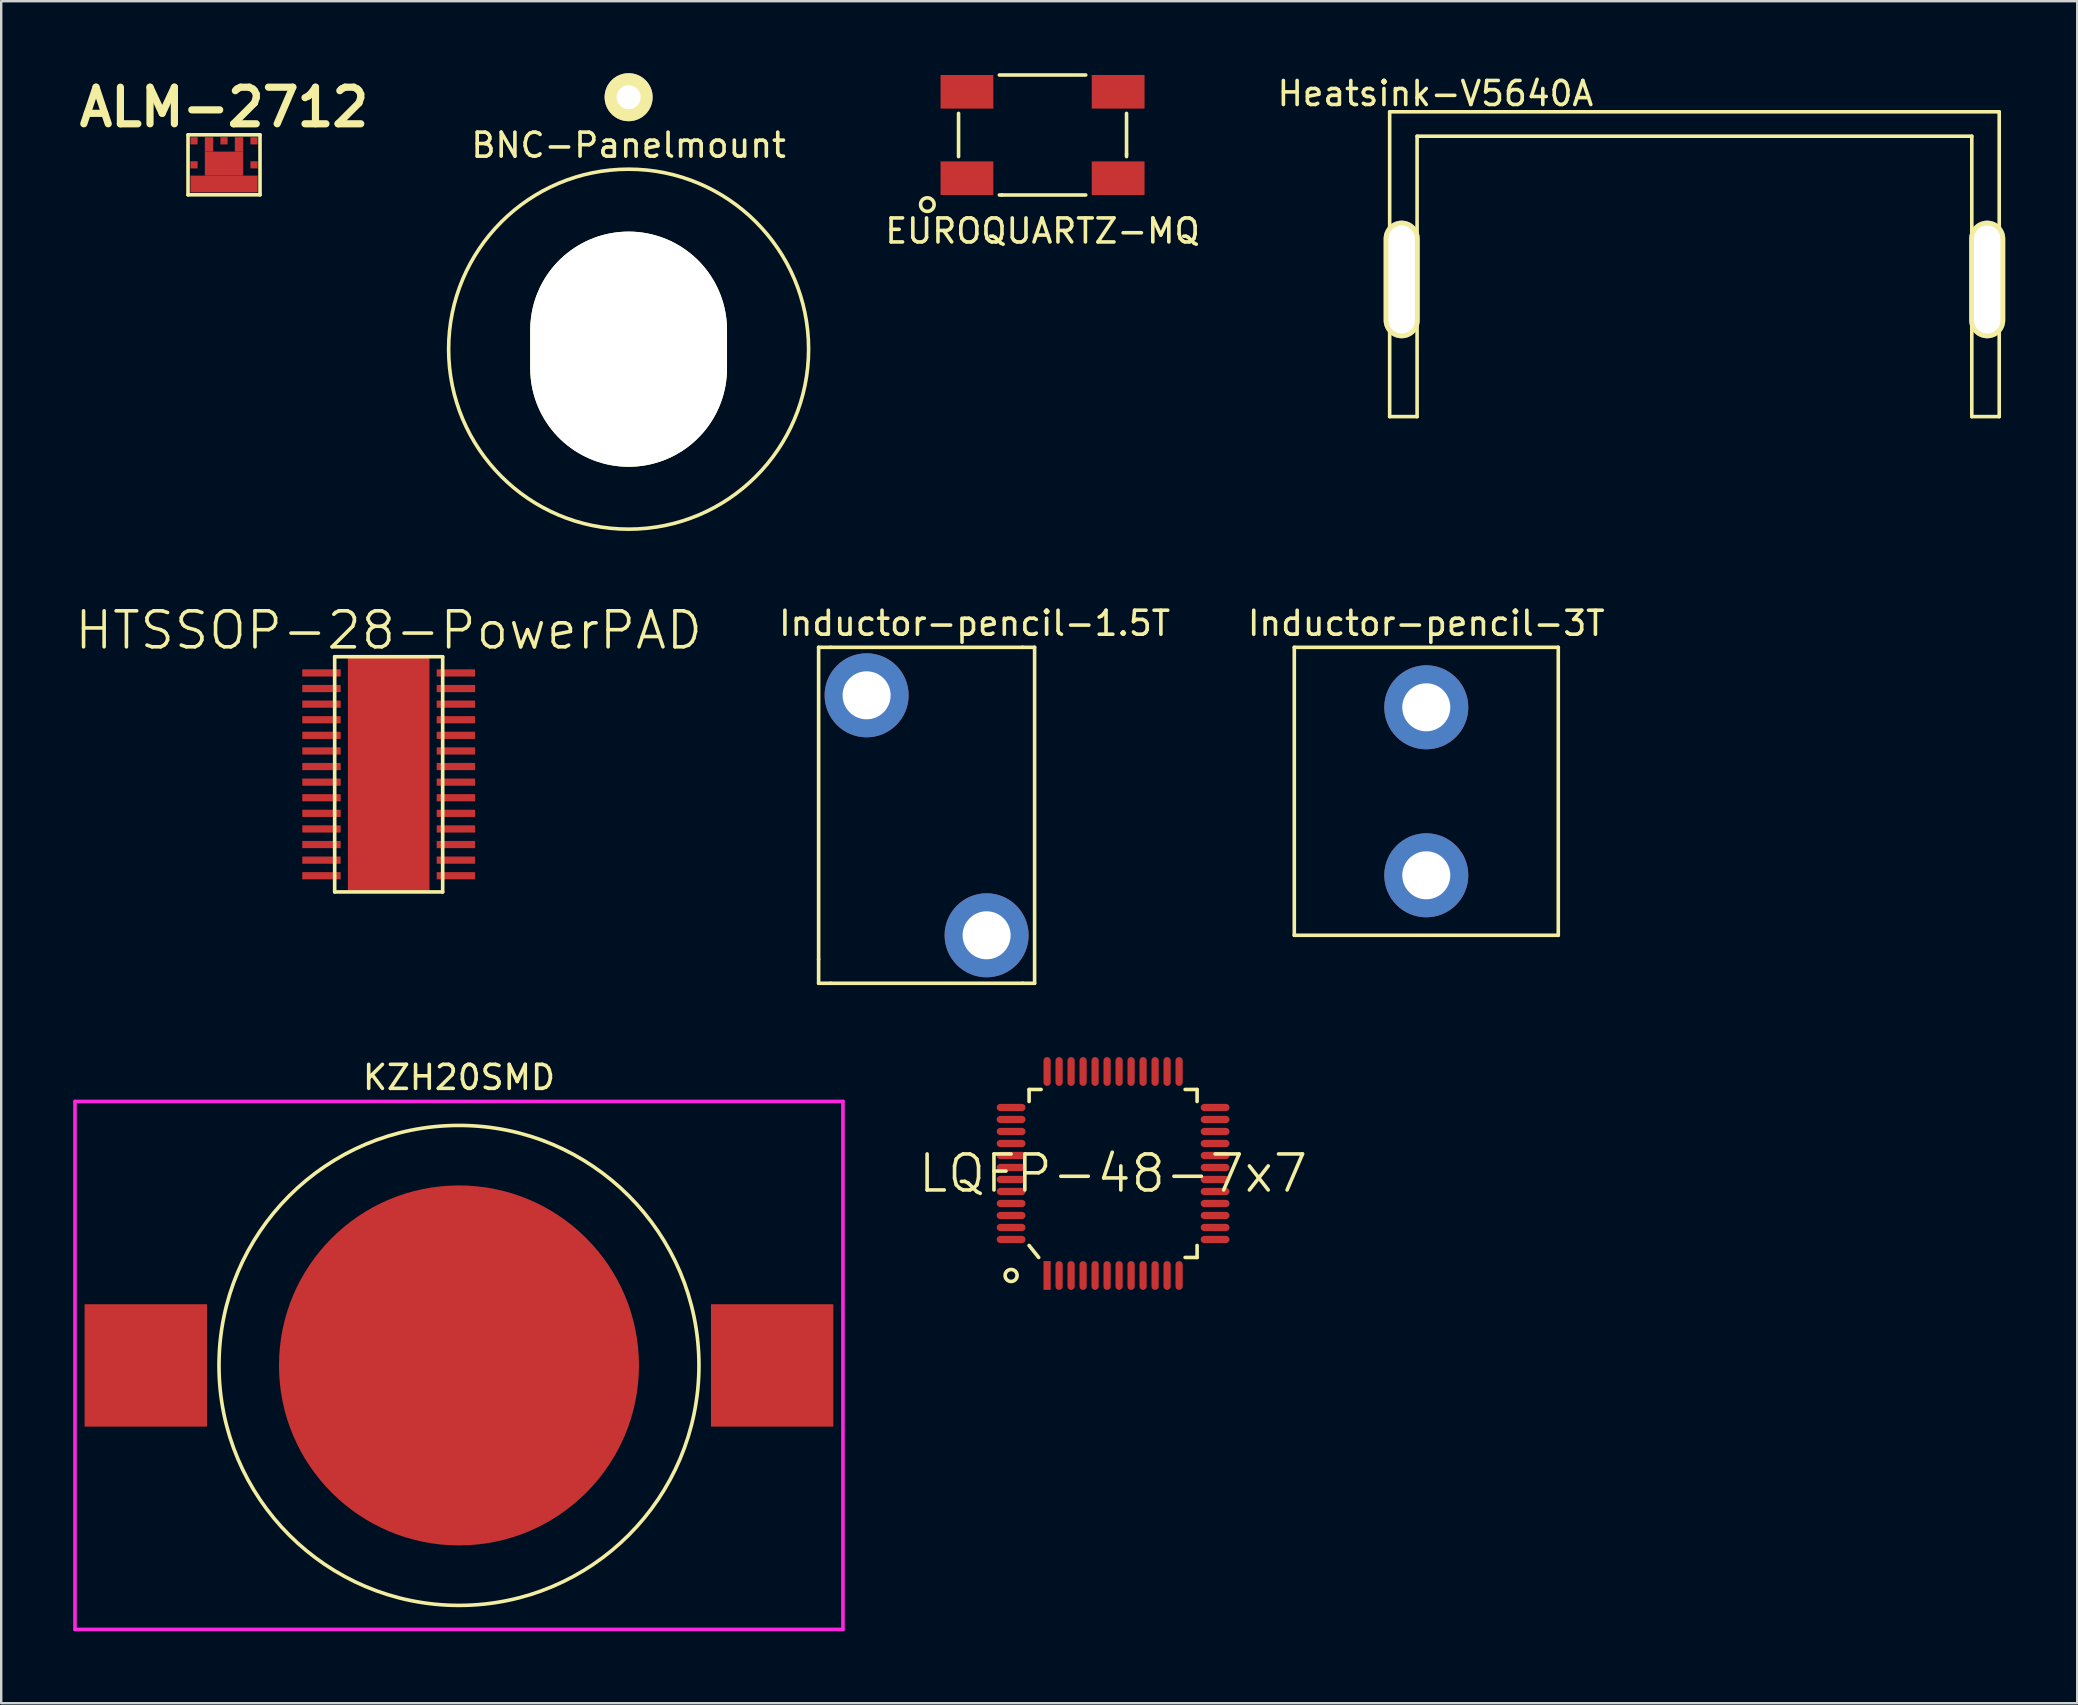
<source format=kicad_pcb>
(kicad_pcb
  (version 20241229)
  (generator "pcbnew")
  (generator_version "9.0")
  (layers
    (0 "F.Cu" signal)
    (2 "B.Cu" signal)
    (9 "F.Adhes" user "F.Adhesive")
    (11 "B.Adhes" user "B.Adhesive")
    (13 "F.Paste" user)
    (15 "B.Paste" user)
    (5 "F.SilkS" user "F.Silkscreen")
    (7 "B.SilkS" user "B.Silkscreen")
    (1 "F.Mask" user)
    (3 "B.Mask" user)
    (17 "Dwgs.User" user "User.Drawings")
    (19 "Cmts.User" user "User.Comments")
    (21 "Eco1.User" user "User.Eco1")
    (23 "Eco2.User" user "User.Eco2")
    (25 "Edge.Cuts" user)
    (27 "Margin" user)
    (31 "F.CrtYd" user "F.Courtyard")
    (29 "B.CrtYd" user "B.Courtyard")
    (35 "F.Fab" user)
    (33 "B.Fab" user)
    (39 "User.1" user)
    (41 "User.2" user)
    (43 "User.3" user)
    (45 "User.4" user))
  (footprint "BNC-Panelmount"
    (layer "F.Cu")
    (at 23.144 11.5)
    (property "Reference" "BNC-Panelmount" (at 0 -8.5 0) (layer "F.SilkS") (effects (font (size 1 1) (thickness 0.15))))
    (attr through_hole)
    (fp_circle (center 0 0) (end 7.5 0) (stroke (width 0.15) (type solid)) (fill no) (layer "F.SilkS"))
    (pad "" thru_hole circle (at 0 -10.5) (size 2 2) (drill 1) (layers "*.Cu" "*.Mask" "F.SilkS"))
    (pad "" np_thru_hole oval (at 0 0) (size 8.2 9.8) (drill oval 8.2 9.8) (layers "*.Cu" "*.Mask" "F.SilkS")))
  (footprint "EUROQUARTZ-MQ"
    (layer "F.Cu")
    (at 40.392 2.575)
    (property "Reference" "EUROQUARTZ-MQ" (at 0 4 0) (layer "F.SilkS") (effects (font (size 1 1) (thickness 0.15))))
    (attr through_hole)
    (fp_line (start -3.5 -0.9) (end -3.5 0.9) (stroke (width 0.15) (type solid)) (layer "F.SilkS"))
    (fp_line (start -1.8 -2.5) (end 1.8 -2.5) (stroke (width 0.15) (type solid)) (layer "F.SilkS"))
    (fp_line (start -1.7 2.5) (end -1.8 2.5) (stroke (width 0.15) (type solid)) (layer "F.SilkS"))
    (fp_line (start 1.8 2.5) (end -1.7 2.5) (stroke (width 0.15) (type solid)) (layer "F.SilkS"))
    (fp_line (start 3.5 -0.9) (end 3.5 0.8) (stroke (width 0.15) (type solid)) (layer "F.SilkS"))
    (fp_line (start 3.5 0.9) (end 3.5 0.8) (stroke (width 0.15) (type solid)) (layer "F.SilkS"))
    (fp_circle (center -4.8 2.9) (end -4.6 2.7) (stroke (width 0.15) (type solid)) (fill no) (layer "F.SilkS"))
    (pad "1" smd rect (at -3.15 1.8) (size 2.2 1.4) (layers "F.Cu" "F.Mask" "F.Paste"))
    (pad "2" smd rect (at 3.15 1.8) (size 2.2 1.4) (layers "F.Cu" "F.Mask" "F.Paste"))
    (pad "3" smd rect (at 3.15 -1.8) (size 2.2 1.4) (layers "F.Cu" "F.Mask" "F.Paste"))
    (pad "4" smd rect (at -3.15 -1.8) (size 2.2 1.4) (layers "F.Cu" "F.Mask" "F.Paste")))
  (footprint "HTSSOP-28-PowerPAD"
    (layer "F.Cu")
    (at 13.146 29.216)
    (property "Reference" "HTSSOP-28-PowerPAD" (at 0 -6 0) (layer "F.SilkS") (effects (font (size 1.5 1.5) (thickness 0.15))))
    (attr through_hole)
    (fp_line (start -2.25 -4.9) (end 2.25 -4.9) (stroke (width 0.15) (type solid)) (layer "F.SilkS"))
    (fp_line (start -2.25 4.9) (end -2.25 -4.9) (stroke (width 0.15) (type solid)) (layer "F.SilkS"))
    (fp_line (start 2.25 -4.9) (end 2.25 4.9) (stroke (width 0.15) (type solid)) (layer "F.SilkS"))
    (fp_line (start 2.25 4.9) (end -2.25 4.9) (stroke (width 0.15) (type solid)) (layer "F.SilkS"))
    (pad "" smd rect (at 0 0) (size 2.4 6.17) (layers "*.Mask" "F.Paste"))
    (pad "" smd rect (at 0 0) (size 3.4 9.7) (layers "F.Cu" "F.Mask" "F.Paste"))
    (pad "1" smd rect (at -2.8 -4.225) (size 1.6 0.3) (layers "F.Cu" "F.Mask" "F.Paste"))
    (pad "2" smd rect (at -2.8 -3.575) (size 1.6 0.3) (layers "F.Cu" "F.Mask" "F.Paste"))
    (pad "3" smd rect (at -2.8 -2.925) (size 1.6 0.3) (layers "F.Cu" "F.Mask" "F.Paste"))
    (pad "4" smd rect (at -2.8 -2.275) (size 1.6 0.3) (layers "F.Cu" "F.Mask" "F.Paste"))
    (pad "5" smd rect (at -2.8 -1.625) (size 1.6 0.3) (layers "F.Cu" "F.Mask" "F.Paste"))
    (pad "6" smd rect (at -2.8 -0.975) (size 1.6 0.3) (layers "F.Cu" "F.Mask" "F.Paste"))
    (pad "7" smd rect (at -2.8 -0.325) (size 1.6 0.3) (layers "F.Cu" "F.Mask" "F.Paste"))
    (pad "8" smd rect (at -2.8 0.325) (size 1.6 0.3) (layers "F.Cu" "F.Mask" "F.Paste"))
    (pad "9" smd rect (at -2.8 0.975) (size 1.6 0.3) (layers "F.Cu" "F.Mask" "F.Paste"))
    (pad "10" smd rect (at -2.8 1.625) (size 1.6 0.3) (layers "F.Cu" "F.Mask" "F.Paste"))
    (pad "11" smd rect (at -2.8 2.275) (size 1.6 0.3) (layers "F.Cu" "F.Mask" "F.Paste"))
    (pad "12" smd rect (at -2.8 2.925) (size 1.6 0.3) (layers "F.Cu" "F.Mask" "F.Paste"))
    (pad "13" smd rect (at -2.8 3.575) (size 1.6 0.3) (layers "F.Cu" "F.Mask" "F.Paste"))
    (pad "14" smd rect (at -2.8 4.225) (size 1.6 0.3) (layers "F.Cu" "F.Mask" "F.Paste"))
    (pad "15" smd rect (at 2.8 4.225) (size 1.6 0.3) (layers "F.Cu" "F.Mask" "F.Paste"))
    (pad "16" smd rect (at 2.8 3.575) (size 1.6 0.3) (layers "F.Cu" "F.Mask" "F.Paste"))
    (pad "17" smd rect (at 2.8 2.925) (size 1.6 0.3) (layers "F.Cu" "F.Mask" "F.Paste"))
    (pad "18" smd rect (at 2.8 2.275) (size 1.6 0.3) (layers "F.Cu" "F.Mask" "F.Paste"))
    (pad "19" smd rect (at 2.8 1.625) (size 1.6 0.3) (layers "F.Cu" "F.Mask" "F.Paste"))
    (pad "20" smd rect (at 2.8 0.975) (size 1.6 0.3) (layers "F.Cu" "F.Mask" "F.Paste"))
    (pad "21" smd rect (at 2.8 0.325) (size 1.6 0.3) (layers "F.Cu" "F.Mask" "F.Paste"))
    (pad "22" smd rect (at 2.8 -0.325) (size 1.6 0.3) (layers "F.Cu" "F.Mask" "F.Paste"))
    (pad "23" smd rect (at 2.8 -0.975) (size 1.6 0.3) (layers "F.Cu" "F.Mask" "F.Paste"))
    (pad "24" smd rect (at 2.8 -1.625) (size 1.6 0.3) (layers "F.Cu" "F.Mask" "F.Paste"))
    (pad "25" smd rect (at 2.8 -2.275) (size 1.6 0.3) (layers "F.Cu" "F.Mask" "F.Paste"))
    (pad "26" smd rect (at 2.8 -2.925) (size 1.6 0.3) (layers "F.Cu" "F.Mask" "F.Paste"))
    (pad "27" smd rect (at 2.8 -3.575) (size 1.6 0.3) (layers "F.Cu" "F.Mask" "F.Paste"))
    (pad "28" smd rect (at 2.8 -4.225) (size 1.6 0.3) (layers "F.Cu" "F.Mask" "F.Paste")))
  (footprint "Inductor-pencil-1.5T"
    (layer "F.Cu")
    (at 35.561 30.923)
    (property "Reference" "Inductor-pencil-1.5T" (at 2 -8 0) (layer "F.SilkS") (effects (font (size 1 1) (thickness 0.15))))
    (attr through_hole)
    (fp_line (start -4.5 -7) (end -4.5 6) (stroke (width 0.15) (type solid)) (layer "F.SilkS"))
    (fp_line (start -4.5 6) (end -4.5 7) (stroke (width 0.15) (type solid)) (layer "F.SilkS"))
    (fp_line (start -4.5 7) (end -4 7) (stroke (width 0.15) (type solid)) (layer "F.SilkS"))
    (fp_line (start -4 -7) (end -4.5 -7) (stroke (width 0.15) (type solid)) (layer "F.SilkS"))
    (fp_line (start -4 7) (end 4 7) (stroke (width 0.15) (type solid)) (layer "F.SilkS"))
    (fp_line (start 4 -7) (end -4 -7) (stroke (width 0.15) (type solid)) (layer "F.SilkS"))
    (fp_line (start 4.5 -7) (end 4 -7) (stroke (width 0.15) (type solid)) (layer "F.SilkS"))
    (fp_line (start 4.5 7) (end 4 7) (stroke (width 0.15) (type solid)) (layer "F.SilkS"))
    (fp_line (start 4.5 7) (end 4.5 -7) (stroke (width 0.15) (type solid)) (layer "F.SilkS"))
    (pad "1" thru_hole circle (at -2.5 -5) (size 3.5 3.5) (drill 2) (layers "*.Cu" "*.Mask"))
    (pad "2" thru_hole circle (at 2.5 5) (size 3.5 3.5) (drill 2) (layers "*.Cu" "*.Mask")))
  (footprint "LQFP-48-7x7"
    (layer "F.Cu")
    (at 43.332 45.848)
    (property "Reference" "LQFP-48-7x7" (at 0 0 0) (layer "F.SilkS") (effects (font (size 1.5 1.5) (thickness 0.15))))
    (attr through_hole)
    (fp_line (start -3.5 -3.5) (end -3.5 -3) (stroke (width 0.15) (type solid)) (layer "F.SilkS"))
    (fp_line (start -3.5 -3.5) (end -3 -3.5) (stroke (width 0.15) (type solid)) (layer "F.SilkS"))
    (fp_line (start -3.5 3) (end -3.1 3.5) (stroke (width 0.15) (type solid)) (layer "F.SilkS"))
    (fp_line (start 3 3.5) (end 3.5 3.5) (stroke (width 0.15) (type solid)) (layer "F.SilkS"))
    (fp_line (start 3.5 -3.5) (end 3 -3.5) (stroke (width 0.15) (type solid)) (layer "F.SilkS"))
    (fp_line (start 3.5 -3) (end 3.5 -3.5) (stroke (width 0.15) (type solid)) (layer "F.SilkS"))
    (fp_line (start 3.5 3.5) (end 3.5 3) (stroke (width 0.15) (type solid)) (layer "F.SilkS"))
    (fp_circle (center -4.25 4.25) (end -4 4.25) (stroke (width 0.15) (type solid)) (fill no) (layer "F.SilkS"))
    (pad "1" smd rect (at -2.75 4.25) (size 0.3 1.2) (layers "F.Cu" "F.Mask" "F.Paste"))
    (pad "2" smd oval (at -2.25 4.25) (size 0.3 1.2) (layers "F.Cu" "F.Mask" "F.Paste"))
    (pad "3" smd oval (at -1.75 4.25) (size 0.3 1.2) (layers "F.Cu" "F.Mask" "F.Paste"))
    (pad "4" smd oval (at -1.25 4.25) (size 0.3 1.2) (layers "F.Cu" "F.Mask" "F.Paste"))
    (pad "5" smd oval (at -0.75 4.25) (size 0.3 1.2) (layers "F.Cu" "F.Mask" "F.Paste"))
    (pad "6" smd oval (at -0.25 4.25) (size 0.3 1.2) (layers "F.Cu" "F.Mask" "F.Paste"))
    (pad "7" smd oval (at 0.25 4.25) (size 0.3 1.2) (layers "F.Cu" "F.Mask" "F.Paste"))
    (pad "8" smd oval (at 0.75 4.25) (size 0.3 1.2) (layers "F.Cu" "F.Mask" "F.Paste"))
    (pad "9" smd oval (at 1.25 4.25) (size 0.3 1.2) (layers "F.Cu" "F.Mask" "F.Paste"))
    (pad "10" smd oval (at 1.75 4.25) (size 0.3 1.2) (layers "F.Cu" "F.Mask" "F.Paste"))
    (pad "11" smd oval (at 2.25 4.25) (size 0.3 1.2) (layers "F.Cu" "F.Mask" "F.Paste"))
    (pad "12" smd oval (at 2.75 4.25) (size 0.3 1.2) (layers "F.Cu" "F.Mask" "F.Paste"))
    (pad "13" smd oval (at 4.25 2.75) (size 1.2 0.3) (layers "F.Cu" "F.Mask" "F.Paste"))
    (pad "14" smd oval (at 4.25 2.25) (size 1.2 0.3) (layers "F.Cu" "F.Mask" "F.Paste"))
    (pad "15" smd oval (at 4.25 1.75) (size 1.2 0.3) (layers "F.Cu" "F.Mask" "F.Paste"))
    (pad "16" smd oval (at 4.25 1.25) (size 1.2 0.3) (layers "F.Cu" "F.Mask" "F.Paste"))
    (pad "17" smd oval (at 4.25 0.75) (size 1.2 0.3) (layers "F.Cu" "F.Mask" "F.Paste"))
    (pad "18" smd oval (at 4.25 0.25) (size 1.2 0.3) (layers "F.Cu" "F.Mask" "F.Paste"))
    (pad "19" smd oval (at 4.25 -0.25) (size 1.2 0.3) (layers "F.Cu" "F.Mask" "F.Paste"))
    (pad "20" smd oval (at 4.25 -0.75) (size 1.2 0.3) (layers "F.Cu" "F.Mask" "F.Paste"))
    (pad "21" smd oval (at 4.25 -1.25) (size 1.2 0.3) (layers "F.Cu" "F.Mask" "F.Paste"))
    (pad "22" smd oval (at 4.25 -1.75) (size 1.2 0.3) (layers "F.Cu" "F.Mask" "F.Paste"))
    (pad "23" smd oval (at 4.25 -2.25) (size 1.2 0.3) (layers "F.Cu" "F.Mask" "F.Paste"))
    (pad "24" smd oval (at 4.25 -2.75) (size 1.2 0.3) (layers "F.Cu" "F.Mask" "F.Paste"))
    (pad "25" smd oval (at 2.75 -4.25) (size 0.3 1.2) (layers "F.Cu" "F.Mask" "F.Paste"))
    (pad "26" smd oval (at 2.25 -4.25) (size 0.3 1.2) (layers "F.Cu" "F.Mask" "F.Paste"))
    (pad "27" smd oval (at 1.75 -4.25) (size 0.3 1.2) (layers "F.Cu" "F.Mask" "F.Paste"))
    (pad "28" smd oval (at 1.25 -4.25) (size 0.3 1.2) (layers "F.Cu" "F.Mask" "F.Paste"))
    (pad "29" smd oval (at 0.75 -4.25) (size 0.3 1.2) (layers "F.Cu" "F.Mask" "F.Paste"))
    (pad "30" smd oval (at 0.25 -4.25) (size 0.3 1.2) (layers "F.Cu" "F.Mask" "F.Paste"))
    (pad "31" smd oval (at -0.25 -4.25) (size 0.3 1.2) (layers "F.Cu" "F.Mask" "F.Paste"))
    (pad "32" smd oval (at -0.75 -4.25) (size 0.3 1.2) (layers "F.Cu" "F.Mask" "F.Paste"))
    (pad "33" smd oval (at -1.25 -4.25) (size 0.3 1.2) (layers "F.Cu" "F.Mask" "F.Paste"))
    (pad "34" smd oval (at -1.75 -4.25) (size 0.3 1.2) (layers "F.Cu" "F.Mask" "F.Paste"))
    (pad "35" smd oval (at -2.25 -4.25) (size 0.3 1.2) (layers "F.Cu" "F.Mask" "F.Paste"))
    (pad "36" smd oval (at -2.75 -4.25) (size 0.3 1.2) (layers "F.Cu" "F.Mask" "F.Paste"))
    (pad "37" smd oval (at -4.25 -2.75) (size 1.2 0.3) (layers "F.Cu" "F.Mask" "F.Paste"))
    (pad "38" smd oval (at -4.25 -2.25) (size 1.2 0.3) (layers "F.Cu" "F.Mask" "F.Paste"))
    (pad "39" smd oval (at -4.25 -1.75) (size 1.2 0.3) (layers "F.Cu" "F.Mask" "F.Paste"))
    (pad "40" smd oval (at -4.25 -1.25) (size 1.2 0.3) (layers "F.Cu" "F.Mask" "F.Paste"))
    (pad "41" smd oval (at -4.25 -0.75) (size 1.2 0.3) (layers "F.Cu" "F.Mask" "F.Paste"))
    (pad "42" smd oval (at -4.25 -0.25) (size 1.2 0.3) (layers "F.Cu" "F.Mask" "F.Paste"))
    (pad "43" smd oval (at -4.25 0.25) (size 1.2 0.3) (layers "F.Cu" "F.Mask" "F.Paste"))
    (pad "44" smd oval (at -4.25 0.75) (size 1.2 0.3) (layers "F.Cu" "F.Mask" "F.Paste"))
    (pad "45" smd oval (at -4.25 1.25) (size 1.2 0.3) (layers "F.Cu" "F.Mask" "F.Paste"))
    (pad "46" smd oval (at -4.25 1.75) (size 1.2 0.3) (layers "F.Cu" "F.Mask" "F.Paste"))
    (pad "47" smd oval (at -4.25 2.25) (size 1.2 0.3) (layers "F.Cu" "F.Mask" "F.Paste"))
    (pad "48" smd oval (at -4.25 2.75) (size 1.2 0.3) (layers "F.Cu" "F.Mask" "F.Paste")))
  (footprint "Heatsink-V5640A"
    (layer "F.Cu")
    (at 67.556 8.595)
    (property "Reference" "Heatsink-V5640A" (at -10.795 -7.747 0) (layer "F.SilkS") (effects (font (size 1 1) (thickness 0.15))))
    (attr through_hole)
    (fp_line (start -12.7 -6.985) (end 12.7 -6.985) (stroke (width 0.15) (type solid)) (layer "F.SilkS"))
    (fp_line (start -12.7 5.715) (end -12.7 -6.985) (stroke (width 0.15) (type solid)) (layer "F.SilkS"))
    (fp_line (start -11.557 -5.969) (end -11.557 5.715) (stroke (width 0.15) (type solid)) (layer "F.SilkS"))
    (fp_line (start -11.557 5.715) (end -12.7 5.715) (stroke (width 0.15) (type solid)) (layer "F.SilkS"))
    (fp_line (start 11.557 -5.969) (end -11.557 -5.969) (stroke (width 0.15) (type solid)) (layer "F.SilkS"))
    (fp_line (start 11.557 5.715) (end 11.557 -5.969) (stroke (width 0.15) (type solid)) (layer "F.SilkS"))
    (fp_line (start 12.7 -6.985) (end 12.7 5.715) (stroke (width 0.15) (type solid)) (layer "F.SilkS"))
    (fp_line (start 12.7 5.715) (end 11.557 5.715) (stroke (width 0.15) (type solid)) (layer "F.SilkS"))
    (pad "" np_thru_hole oval (at -12.2 0) (size 1.5 4.9) (drill oval 1.1 4.5) (layers "*.Cu" "*.Mask" "F.SilkS"))
    (pad "" np_thru_hole oval (at 12.2 0) (size 1.5 4.9) (drill oval 1.1 4.5) (layers "*.Cu" "*.Mask" "F.SilkS")))
  (footprint "ALM-2712"
    (layer "F.Cu")
    (at 6.285 3.818)
    (property "Reference" "ALM-2712" (at 0 -2.4 0) (layer "F.SilkS") (effects (font (size 1.524 1.524) (thickness 0.3))))
    (attr through_hole)
    (fp_line (start -1.5 -1.25) (end 1.5 -1.25) (stroke (width 0.15) (type solid)) (layer "F.SilkS"))
    (fp_line (start -1.5 1.25) (end -1.5 -1.25) (stroke (width 0.15) (type solid)) (layer "F.SilkS"))
    (fp_line (start 1.5 -1.25) (end 1.5 1.25) (stroke (width 0.15) (type solid)) (layer "F.SilkS"))
    (fp_line (start 1.5 1.25) (end -1.5 1.25) (stroke (width 0.15) (type solid)) (layer "F.SilkS"))
    (pad "1" smd rect (at -1.25 -1) (size 0.3 0.3) (layers "F.Cu" "F.Mask" "F.Paste"))
    (pad "2" smd rect (at -1.25 0) (size 0.3 0.3) (layers "F.Cu" "F.Mask" "F.Paste"))
    (pad "3" smd rect (at -0.625 -0.85) (size 0.35 0.6) (layers "F.Cu" "F.Mask" "F.Paste"))
    (pad "3" smd rect (at 0 -0.05) (size 1.6 1) (layers "F.Cu" "F.Mask" "F.Paste"))
    (pad "3" smd rect (at 0 0.8) (size 2.8 0.7) (layers "F.Cu" "F.Mask" "F.Paste"))
    (pad "3" smd rect (at 0.625 -0.85) (size 0.35 0.6) (layers "F.Cu" "F.Mask" "F.Paste"))
    (pad "8" smd rect (at 1.25 0) (size 0.3 0.3) (layers "F.Cu" "F.Mask" "F.Paste"))
    (pad "9" smd rect (at 1.25 -1) (size 0.3 0.3) (layers "F.Cu" "F.Mask" "F.Paste"))
    (pad "11" smd rect (at 0 -1) (size 0.3 0.3) (layers "F.Cu" "F.Mask" "F.Paste")))
  (footprint "KZH20SMD"
    (layer "F.Cu")
    (at 16.075 53.846)
    (property "Reference" "KZH20SMD" (at 0 -12 0) (layer "F.SilkS") (effects (font (size 1 1) (thickness 0.15))))
    (attr through_hole)
    (fp_circle (center 0 0) (end 0 -10) (stroke (width 0.15) (type solid)) (fill no) (layer "F.SilkS"))
    (fp_line (start -16 -11) (end 16 -11) (stroke (width 0.15) (type solid)) (layer "F.CrtYd"))
    (fp_line (start -16 11) (end -16 -11) (stroke (width 0.15) (type solid)) (layer "F.CrtYd"))
    (fp_line (start 16 -11) (end 16 11) (stroke (width 0.15) (type solid)) (layer "F.CrtYd"))
    (fp_line (start 16 11) (end -16 11) (stroke (width 0.15) (type solid)) (layer "F.CrtYd"))
    (pad "1" smd rect (at -13.05 0) (size 5.1 5.1) (layers "F.Cu" "F.Mask" "F.Paste"))
    (pad "1" smd rect (at 13.05 0) (size 5.1 5.1) (layers "F.Cu" "F.Mask" "F.Paste"))
    (pad "2" smd circle (at 0 0) (size 15 15) (layers "F.Cu" "F.Mask" "F.Paste")))
  (footprint "Inductor-pencil-3T"
    (layer "F.Cu")
    (at 56.382 29.923)
    (property "Reference" "Inductor-pencil-3T" (at 0 -7 0) (layer "F.SilkS") (effects (font (size 1 1) (thickness 0.15))))
    (attr through_hole)
    (fp_line (start -5.5 -6) (end 5.5 -6) (stroke (width 0.15) (type solid)) (layer "F.SilkS"))
    (fp_line (start -5.5 6) (end -5.5 -6) (stroke (width 0.15) (type solid)) (layer "F.SilkS"))
    (fp_line (start 5.5 -6) (end 5.5 6) (stroke (width 0.15) (type solid)) (layer "F.SilkS"))
    (fp_line (start 5.5 6) (end -5.5 6) (stroke (width 0.15) (type solid)) (layer "F.SilkS"))
    (pad "1" thru_hole circle (at 0 -3.5) (size 3.5 3.5) (drill 2) (layers "*.Cu" "*.Mask"))
    (pad "2" thru_hole circle (at 0 3.5) (size 3.5 3.5) (drill 2) (layers "*.Cu" "*.Mask")))
  (gr_rect
    (start -3 -3)
    (end 83.506 67.921)
    (stroke (width 0.1) (type default))
    (fill no)
    (layer "Edge.Cuts")))
</source>
